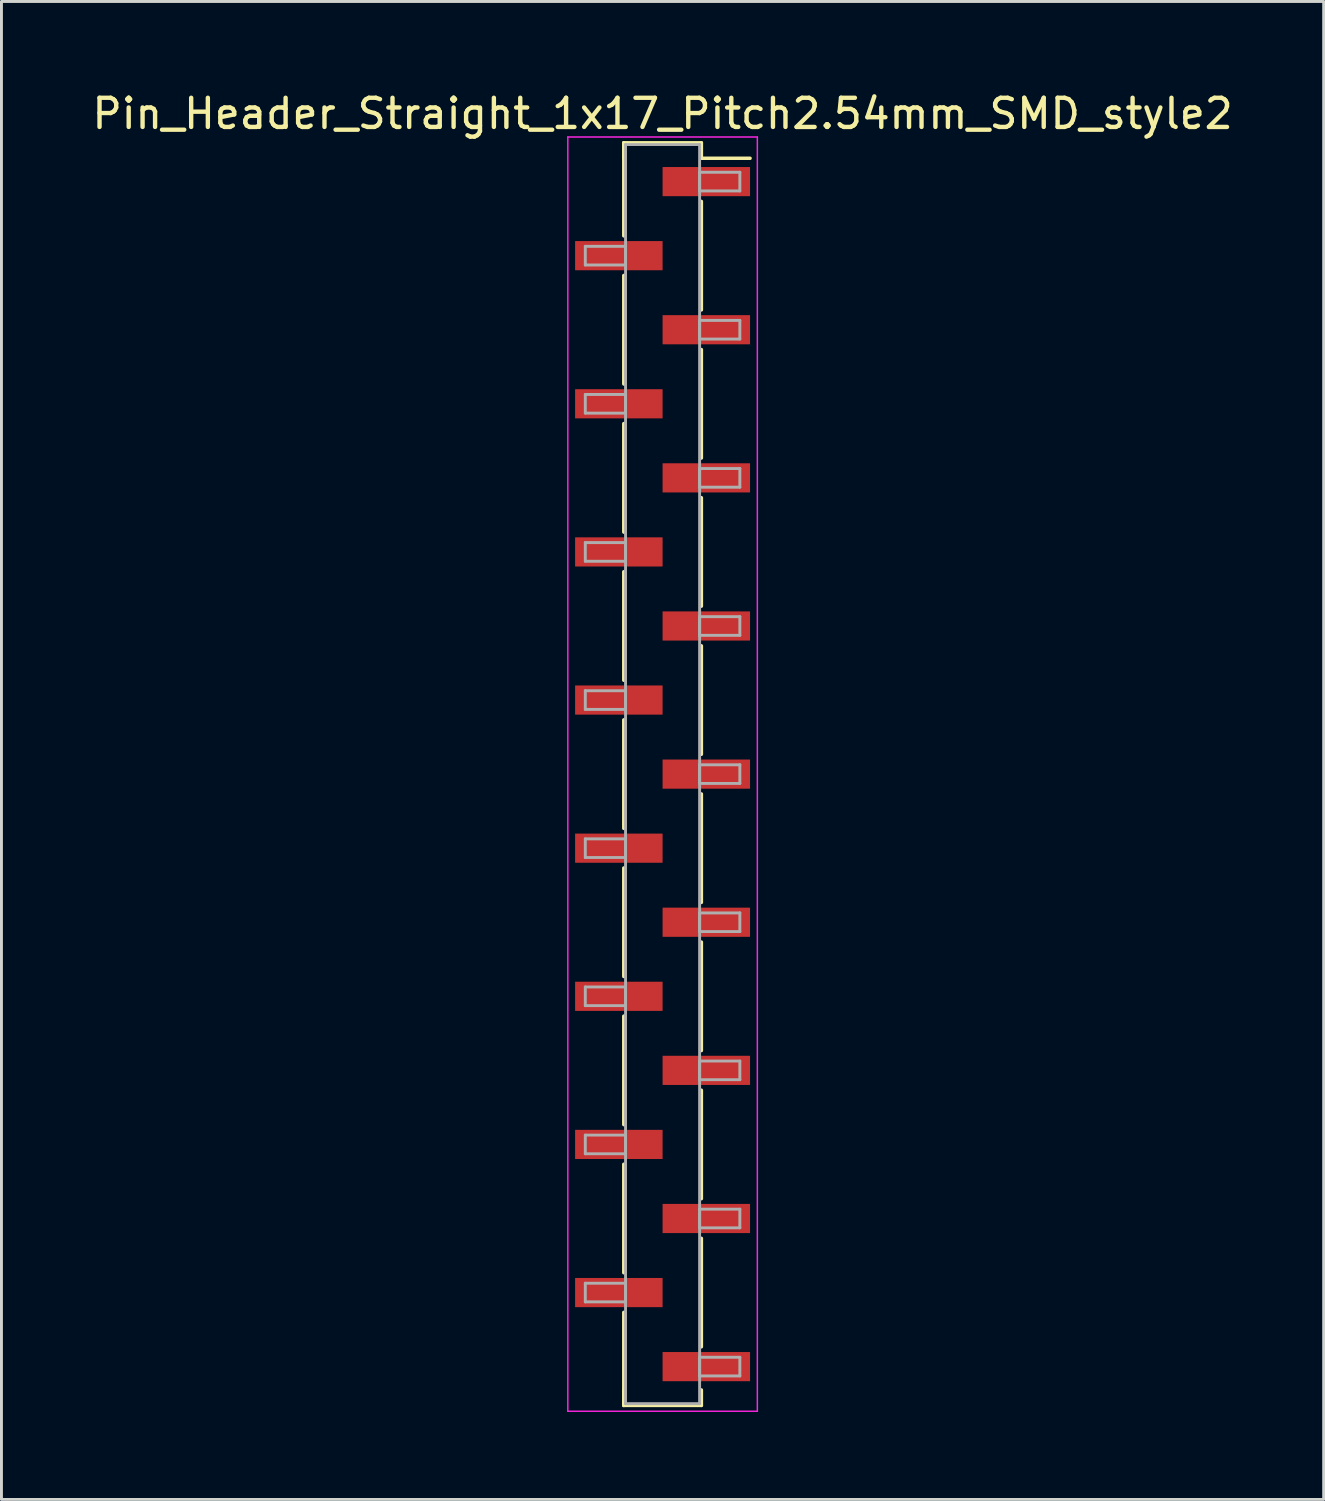
<source format=kicad_pcb>
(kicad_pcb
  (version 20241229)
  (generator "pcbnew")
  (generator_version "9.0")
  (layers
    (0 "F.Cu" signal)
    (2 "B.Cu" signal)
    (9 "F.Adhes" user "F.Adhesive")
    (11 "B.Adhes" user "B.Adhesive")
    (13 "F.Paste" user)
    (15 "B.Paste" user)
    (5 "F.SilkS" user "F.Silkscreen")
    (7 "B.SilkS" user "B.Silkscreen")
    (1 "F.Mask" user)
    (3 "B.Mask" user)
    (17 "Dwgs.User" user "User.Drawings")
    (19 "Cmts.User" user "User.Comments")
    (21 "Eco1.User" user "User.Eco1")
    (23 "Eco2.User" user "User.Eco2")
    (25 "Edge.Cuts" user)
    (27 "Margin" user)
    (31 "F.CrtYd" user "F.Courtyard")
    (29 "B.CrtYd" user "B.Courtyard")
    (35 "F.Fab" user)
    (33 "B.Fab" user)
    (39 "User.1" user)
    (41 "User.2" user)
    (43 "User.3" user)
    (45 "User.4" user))
  (footprint "Pin_Header_Straight_1x17_Pitch2.54mm_SMD_style2"
    (layer "F.Cu")
    (at 19.673 23.498)
    (property "Reference" "Pin_Header_Straight_1x17_Pitch2.54mm_SMD_style2" (at 0 -22.65 0) (layer "F.SilkS") (effects (font (size 1 1) (thickness 0.15))))
    (attr smd)
    (fp_line (start -1.33 -21.65) (end -1.33 -18.46) (stroke (width 0.12) (type solid)) (layer "F.SilkS"))
    (fp_line (start -1.33 -21.65) (end 1.33 -21.65) (stroke (width 0.12) (type solid)) (layer "F.SilkS"))
    (fp_line (start -1.33 -21.12) (end -1.33 -21.65) (stroke (width 0.12) (type solid)) (layer "F.SilkS"))
    (fp_line (start -1.33 -17.1) (end -1.33 -13.38) (stroke (width 0.12) (type solid)) (layer "F.SilkS"))
    (fp_line (start -1.33 -12.02) (end -1.33 -8.3) (stroke (width 0.12) (type solid)) (layer "F.SilkS"))
    (fp_line (start -1.33 -6.94) (end -1.33 -3.22) (stroke (width 0.12) (type solid)) (layer "F.SilkS"))
    (fp_line (start -1.33 -1.86) (end -1.33 1.86) (stroke (width 0.12) (type solid)) (layer "F.SilkS"))
    (fp_line (start -1.33 3.22) (end -1.33 6.94) (stroke (width 0.12) (type solid)) (layer "F.SilkS"))
    (fp_line (start -1.33 8.3) (end -1.33 12.02) (stroke (width 0.12) (type solid)) (layer "F.SilkS"))
    (fp_line (start -1.33 13.38) (end -1.33 17.1) (stroke (width 0.12) (type solid)) (layer "F.SilkS"))
    (fp_line (start -1.33 18.46) (end -1.33 21.65) (stroke (width 0.12) (type solid)) (layer "F.SilkS"))
    (fp_line (start -1.33 21.12) (end -1.33 21.65) (stroke (width 0.12) (type solid)) (layer "F.SilkS"))
    (fp_line (start -1.33 21.65) (end 1.33 21.65) (stroke (width 0.12) (type solid)) (layer "F.SilkS"))
    (fp_line (start 1.33 -21.65) (end 1.33 -21.12) (stroke (width 0.12) (type solid)) (layer "F.SilkS"))
    (fp_line (start 1.33 -21.12) (end 3 -21.12) (stroke (width 0.12) (type solid)) (layer "F.SilkS"))
    (fp_line (start 1.33 -19.64) (end 1.33 -15.92) (stroke (width 0.12) (type solid)) (layer "F.SilkS"))
    (fp_line (start 1.33 -14.56) (end 1.33 -10.84) (stroke (width 0.12) (type solid)) (layer "F.SilkS"))
    (fp_line (start 1.33 -9.48) (end 1.33 -5.76) (stroke (width 0.12) (type solid)) (layer "F.SilkS"))
    (fp_line (start 1.33 -4.4) (end 1.33 -0.68) (stroke (width 0.12) (type solid)) (layer "F.SilkS"))
    (fp_line (start 1.33 0.68) (end 1.33 4.4) (stroke (width 0.12) (type solid)) (layer "F.SilkS"))
    (fp_line (start 1.33 5.76) (end 1.33 9.48) (stroke (width 0.12) (type solid)) (layer "F.SilkS"))
    (fp_line (start 1.33 10.84) (end 1.33 14.56) (stroke (width 0.12) (type solid)) (layer "F.SilkS"))
    (fp_line (start 1.33 15.92) (end 1.33 19.64) (stroke (width 0.12) (type solid)) (layer "F.SilkS"))
    (fp_line (start 1.33 21.65) (end 1.33 21.12) (stroke (width 0.12) (type solid)) (layer "F.SilkS"))
    (fp_line (start -3.25 -21.85) (end -3.25 21.85) (stroke (width 0.05) (type solid)) (layer "F.CrtYd"))
    (fp_line (start -3.25 21.85) (end 3.25 21.85) (stroke (width 0.05) (type solid)) (layer "F.CrtYd"))
    (fp_line (start 3.25 -21.85) (end -3.25 -21.85) (stroke (width 0.05) (type solid)) (layer "F.CrtYd"))
    (fp_line (start 3.25 21.85) (end 3.25 -21.85) (stroke (width 0.05) (type solid)) (layer "F.CrtYd"))
    (fp_line (start -2.65 -18.1) (end -1.27 -18.1) (stroke (width 0.1) (type solid)) (layer "F.Fab"))
    (fp_line (start -2.65 -17.46) (end -2.65 -18.1) (stroke (width 0.1) (type solid)) (layer "F.Fab"))
    (fp_line (start -2.65 -13.02) (end -1.27 -13.02) (stroke (width 0.1) (type solid)) (layer "F.Fab"))
    (fp_line (start -2.65 -12.38) (end -2.65 -13.02) (stroke (width 0.1) (type solid)) (layer "F.Fab"))
    (fp_line (start -2.65 -7.94) (end -1.27 -7.94) (stroke (width 0.1) (type solid)) (layer "F.Fab"))
    (fp_line (start -2.65 -7.3) (end -2.65 -7.94) (stroke (width 0.1) (type solid)) (layer "F.Fab"))
    (fp_line (start -2.65 -2.86) (end -1.27 -2.86) (stroke (width 0.1) (type solid)) (layer "F.Fab"))
    (fp_line (start -2.65 -2.22) (end -2.65 -2.86) (stroke (width 0.1) (type solid)) (layer "F.Fab"))
    (fp_line (start -2.65 2.22) (end -1.27 2.22) (stroke (width 0.1) (type solid)) (layer "F.Fab"))
    (fp_line (start -2.65 2.86) (end -2.65 2.22) (stroke (width 0.1) (type solid)) (layer "F.Fab"))
    (fp_line (start -2.65 7.3) (end -1.27 7.3) (stroke (width 0.1) (type solid)) (layer "F.Fab"))
    (fp_line (start -2.65 7.94) (end -2.65 7.3) (stroke (width 0.1) (type solid)) (layer "F.Fab"))
    (fp_line (start -2.65 12.38) (end -1.27 12.38) (stroke (width 0.1) (type solid)) (layer "F.Fab"))
    (fp_line (start -2.65 13.02) (end -2.65 12.38) (stroke (width 0.1) (type solid)) (layer "F.Fab"))
    (fp_line (start -2.65 17.46) (end -1.27 17.46) (stroke (width 0.1) (type solid)) (layer "F.Fab"))
    (fp_line (start -2.65 18.1) (end -2.65 17.46) (stroke (width 0.1) (type solid)) (layer "F.Fab"))
    (fp_line (start -1.27 -21.59) (end -1.27 21.59) (stroke (width 0.1) (type solid)) (layer "F.Fab"))
    (fp_line (start -1.27 -18.1) (end -1.27 -17.46) (stroke (width 0.1) (type solid)) (layer "F.Fab"))
    (fp_line (start -1.27 -17.46) (end -2.65 -17.46) (stroke (width 0.1) (type solid)) (layer "F.Fab"))
    (fp_line (start -1.27 -13.02) (end -1.27 -12.38) (stroke (width 0.1) (type solid)) (layer "F.Fab"))
    (fp_line (start -1.27 -12.38) (end -2.65 -12.38) (stroke (width 0.1) (type solid)) (layer "F.Fab"))
    (fp_line (start -1.27 -7.94) (end -1.27 -7.3) (stroke (width 0.1) (type solid)) (layer "F.Fab"))
    (fp_line (start -1.27 -7.3) (end -2.65 -7.3) (stroke (width 0.1) (type solid)) (layer "F.Fab"))
    (fp_line (start -1.27 -2.86) (end -1.27 -2.22) (stroke (width 0.1) (type solid)) (layer "F.Fab"))
    (fp_line (start -1.27 -2.22) (end -2.65 -2.22) (stroke (width 0.1) (type solid)) (layer "F.Fab"))
    (fp_line (start -1.27 2.22) (end -1.27 2.86) (stroke (width 0.1) (type solid)) (layer "F.Fab"))
    (fp_line (start -1.27 2.86) (end -2.65 2.86) (stroke (width 0.1) (type solid)) (layer "F.Fab"))
    (fp_line (start -1.27 7.3) (end -1.27 7.94) (stroke (width 0.1) (type solid)) (layer "F.Fab"))
    (fp_line (start -1.27 7.94) (end -2.65 7.94) (stroke (width 0.1) (type solid)) (layer "F.Fab"))
    (fp_line (start -1.27 12.38) (end -1.27 13.02) (stroke (width 0.1) (type solid)) (layer "F.Fab"))
    (fp_line (start -1.27 13.02) (end -2.65 13.02) (stroke (width 0.1) (type solid)) (layer "F.Fab"))
    (fp_line (start -1.27 17.46) (end -1.27 18.1) (stroke (width 0.1) (type solid)) (layer "F.Fab"))
    (fp_line (start -1.27 18.1) (end -2.65 18.1) (stroke (width 0.1) (type solid)) (layer "F.Fab"))
    (fp_line (start -1.27 21.59) (end 1.27 21.59) (stroke (width 0.1) (type solid)) (layer "F.Fab"))
    (fp_line (start 1.27 -21.59) (end -1.27 -21.59) (stroke (width 0.1) (type solid)) (layer "F.Fab"))
    (fp_line (start 1.27 -20.64) (end 1.27 -20) (stroke (width 0.1) (type solid)) (layer "F.Fab"))
    (fp_line (start 1.27 -20) (end 2.65 -20) (stroke (width 0.1) (type solid)) (layer "F.Fab"))
    (fp_line (start 1.27 -15.56) (end 1.27 -14.92) (stroke (width 0.1) (type solid)) (layer "F.Fab"))
    (fp_line (start 1.27 -14.92) (end 2.65 -14.92) (stroke (width 0.1) (type solid)) (layer "F.Fab"))
    (fp_line (start 1.27 -10.48) (end 1.27 -9.84) (stroke (width 0.1) (type solid)) (layer "F.Fab"))
    (fp_line (start 1.27 -9.84) (end 2.65 -9.84) (stroke (width 0.1) (type solid)) (layer "F.Fab"))
    (fp_line (start 1.27 -5.4) (end 1.27 -4.76) (stroke (width 0.1) (type solid)) (layer "F.Fab"))
    (fp_line (start 1.27 -4.76) (end 2.65 -4.76) (stroke (width 0.1) (type solid)) (layer "F.Fab"))
    (fp_line (start 1.27 -0.32) (end 1.27 0.32) (stroke (width 0.1) (type solid)) (layer "F.Fab"))
    (fp_line (start 1.27 0.32) (end 2.65 0.32) (stroke (width 0.1) (type solid)) (layer "F.Fab"))
    (fp_line (start 1.27 4.76) (end 1.27 5.4) (stroke (width 0.1) (type solid)) (layer "F.Fab"))
    (fp_line (start 1.27 5.4) (end 2.65 5.4) (stroke (width 0.1) (type solid)) (layer "F.Fab"))
    (fp_line (start 1.27 9.84) (end 1.27 10.48) (stroke (width 0.1) (type solid)) (layer "F.Fab"))
    (fp_line (start 1.27 10.48) (end 2.65 10.48) (stroke (width 0.1) (type solid)) (layer "F.Fab"))
    (fp_line (start 1.27 14.92) (end 1.27 15.56) (stroke (width 0.1) (type solid)) (layer "F.Fab"))
    (fp_line (start 1.27 15.56) (end 2.65 15.56) (stroke (width 0.1) (type solid)) (layer "F.Fab"))
    (fp_line (start 1.27 20) (end 1.27 20.64) (stroke (width 0.1) (type solid)) (layer "F.Fab"))
    (fp_line (start 1.27 20.64) (end 2.65 20.64) (stroke (width 0.1) (type solid)) (layer "F.Fab"))
    (fp_line (start 1.27 21.59) (end 1.27 -21.59) (stroke (width 0.1) (type solid)) (layer "F.Fab"))
    (fp_line (start 2.65 -20.64) (end 1.27 -20.64) (stroke (width 0.1) (type solid)) (layer "F.Fab"))
    (fp_line (start 2.65 -20) (end 2.65 -20.64) (stroke (width 0.1) (type solid)) (layer "F.Fab"))
    (fp_line (start 2.65 -15.56) (end 1.27 -15.56) (stroke (width 0.1) (type solid)) (layer "F.Fab"))
    (fp_line (start 2.65 -14.92) (end 2.65 -15.56) (stroke (width 0.1) (type solid)) (layer "F.Fab"))
    (fp_line (start 2.65 -10.48) (end 1.27 -10.48) (stroke (width 0.1) (type solid)) (layer "F.Fab"))
    (fp_line (start 2.65 -9.84) (end 2.65 -10.48) (stroke (width 0.1) (type solid)) (layer "F.Fab"))
    (fp_line (start 2.65 -5.4) (end 1.27 -5.4) (stroke (width 0.1) (type solid)) (layer "F.Fab"))
    (fp_line (start 2.65 -4.76) (end 2.65 -5.4) (stroke (width 0.1) (type solid)) (layer "F.Fab"))
    (fp_line (start 2.65 -0.32) (end 1.27 -0.32) (stroke (width 0.1) (type solid)) (layer "F.Fab"))
    (fp_line (start 2.65 0.32) (end 2.65 -0.32) (stroke (width 0.1) (type solid)) (layer "F.Fab"))
    (fp_line (start 2.65 4.76) (end 1.27 4.76) (stroke (width 0.1) (type solid)) (layer "F.Fab"))
    (fp_line (start 2.65 5.4) (end 2.65 4.76) (stroke (width 0.1) (type solid)) (layer "F.Fab"))
    (fp_line (start 2.65 9.84) (end 1.27 9.84) (stroke (width 0.1) (type solid)) (layer "F.Fab"))
    (fp_line (start 2.65 10.48) (end 2.65 9.84) (stroke (width 0.1) (type solid)) (layer "F.Fab"))
    (fp_line (start 2.65 14.92) (end 1.27 14.92) (stroke (width 0.1) (type solid)) (layer "F.Fab"))
    (fp_line (start 2.65 15.56) (end 2.65 14.92) (stroke (width 0.1) (type solid)) (layer "F.Fab"))
    (fp_line (start 2.65 20) (end 1.27 20) (stroke (width 0.1) (type solid)) (layer "F.Fab"))
    (fp_line (start 2.65 20.64) (end 2.65 20) (stroke (width 0.1) (type solid)) (layer "F.Fab"))
    (pad "1" smd rect (at 1.5 -20.32) (size 3 1) (layers "F.Cu" "F.Mask"))
    (pad "2" smd rect (at -1.5 -17.78) (size 3 1) (layers "F.Cu" "F.Mask"))
    (pad "3" smd rect (at 1.5 -15.24) (size 3 1) (layers "F.Cu" "F.Mask"))
    (pad "4" smd rect (at -1.5 -12.7) (size 3 1) (layers "F.Cu" "F.Mask"))
    (pad "5" smd rect (at 1.5 -10.16) (size 3 1) (layers "F.Cu" "F.Mask"))
    (pad "6" smd rect (at -1.5 -7.62) (size 3 1) (layers "F.Cu" "F.Mask"))
    (pad "7" smd rect (at 1.5 -5.08) (size 3 1) (layers "F.Cu" "F.Mask"))
    (pad "8" smd rect (at -1.5 -2.54) (size 3 1) (layers "F.Cu" "F.Mask"))
    (pad "9" smd rect (at 1.5 0) (size 3 1) (layers "F.Cu" "F.Mask"))
    (pad "10" smd rect (at -1.5 2.54) (size 3 1) (layers "F.Cu" "F.Mask"))
    (pad "11" smd rect (at 1.5 5.08) (size 3 1) (layers "F.Cu" "F.Mask"))
    (pad "12" smd rect (at -1.5 7.62) (size 3 1) (layers "F.Cu" "F.Mask"))
    (pad "13" smd rect (at 1.5 10.16) (size 3 1) (layers "F.Cu" "F.Mask"))
    (pad "14" smd rect (at -1.5 12.7) (size 3 1) (layers "F.Cu" "F.Mask"))
    (pad "15" smd rect (at 1.5 15.24) (size 3 1) (layers "F.Cu" "F.Mask"))
    (pad "16" smd rect (at -1.5 17.78) (size 3 1) (layers "F.Cu" "F.Mask"))
    (pad "17" smd rect (at 1.5 20.32) (size 3 1) (layers "F.Cu" "F.Mask")))
  (gr_rect
    (start -3 -3)
    (end 42.345 48.373)
    (stroke (width 0.1) (type default))
    (fill no)
    (layer "Edge.Cuts")))
</source>
